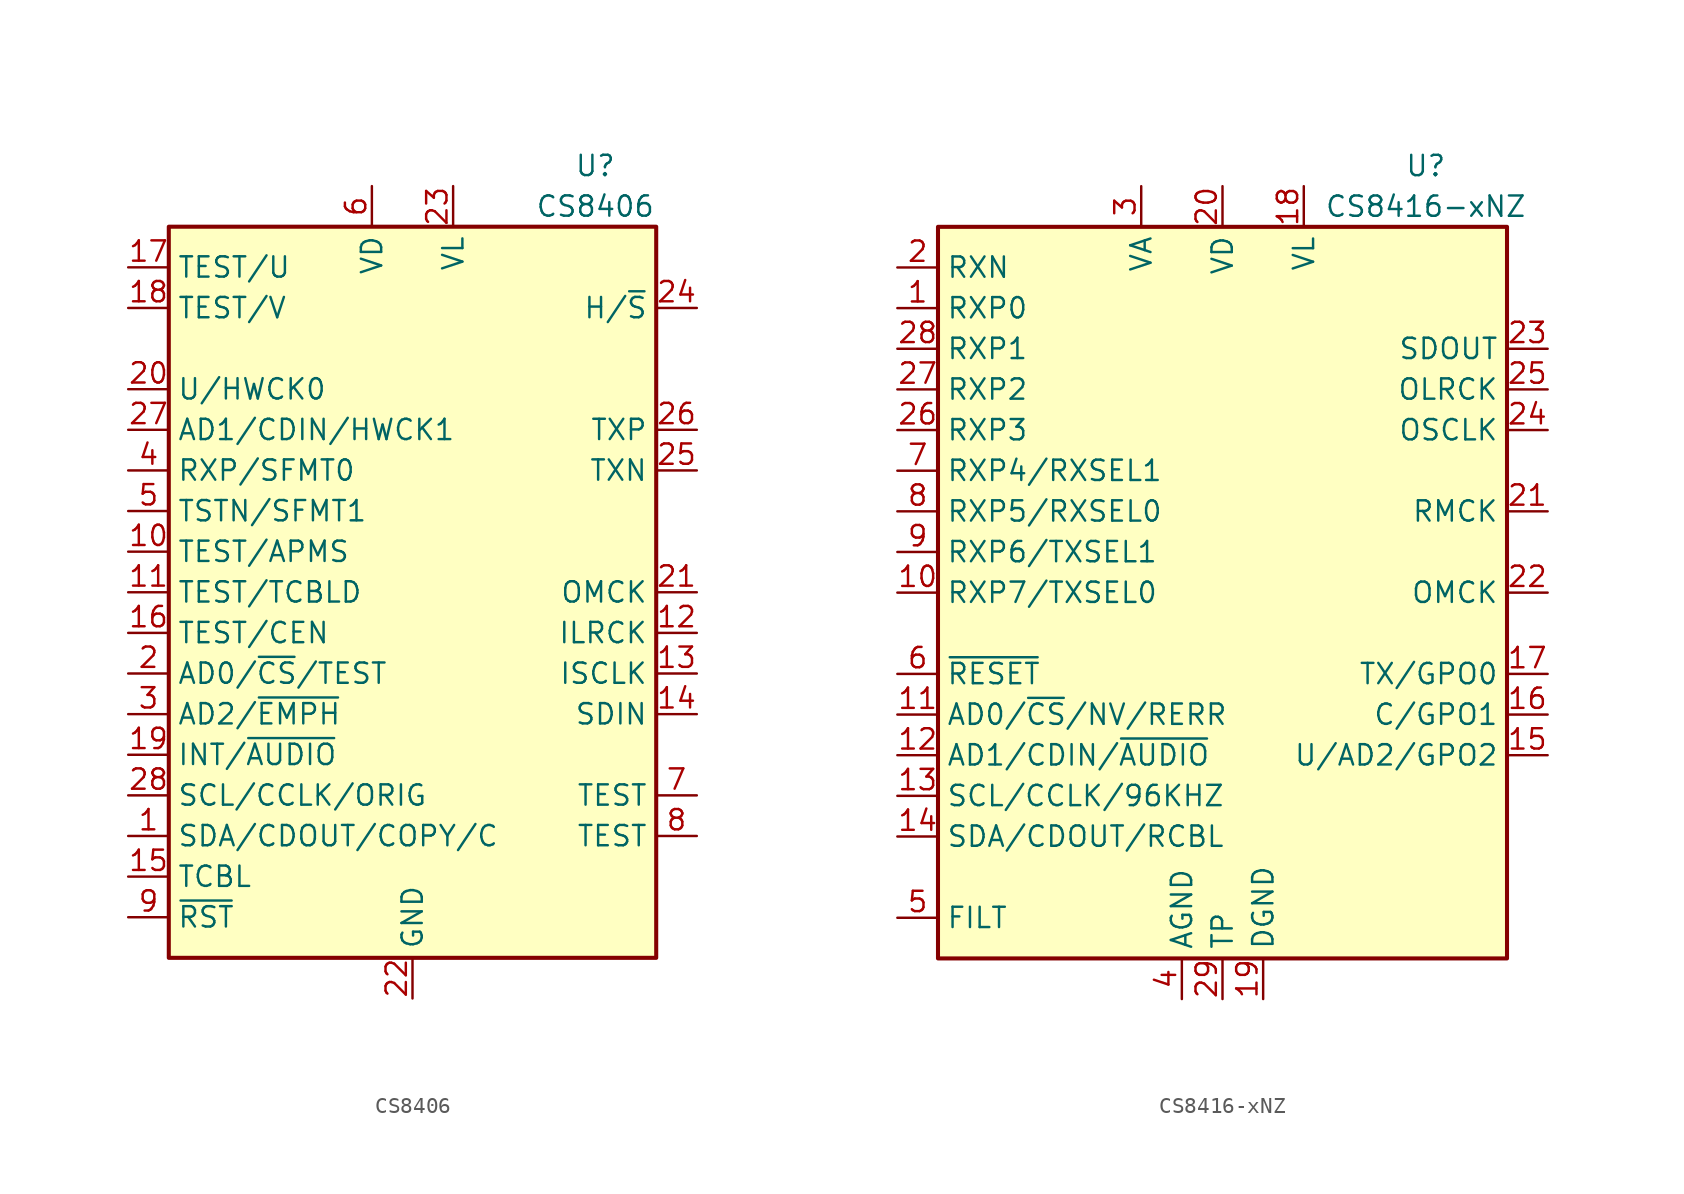
<source format=kicad_sym>
(kicad_symbol_lib
  (version 20201005)
  (generator kicad_symbol_editor)
  (symbol "CS8406"
    (property "Reference" "U"
      (at 11.43 26.67 0)
      (effects (font (size 1.27 1.27))))
    (property "Value" "CS8406"
      (at 11.43 24.13 0)
      (effects (font (size 1.27 1.27))))
    (symbol "CS8406_0_0"
      (rectangle (start -15.24 22.86) (end 15.24 -22.86) (stroke (width 0.254)) (fill (type background))))
    (symbol "CS8406_1_0"
      (pin bidirectional line (at 17.78 -2.54 180) (length 2.54) (name "ILRCK" (effects (font (size 1.27 1.27)))) (number "12" (effects (font (size 1.27 1.27)))))
      (pin bidirectional line (at 17.78 -5.08 180) (length 2.54) (name "ISCLK" (effects (font (size 1.27 1.27)))) (number "13" (effects (font (size 1.27 1.27)))))
      (pin input line (at 17.78 -7.62 180) (length 2.54) (name "SDIN" (effects (font (size 1.27 1.27)))) (number "14" (effects (font (size 1.27 1.27)))))
      (pin input line (at 17.78 0 180) (length 2.54) (name "OMCK" (effects (font (size 1.27 1.27)))) (number "21" (effects (font (size 1.27 1.27)))))
      (pin power_in line (at 0 -25.4 90) (length 2.54) (name "GND" (effects (font (size 1.27 1.27)))) (number "22" (effects (font (size 1.27 1.27)))))
      (pin power_in line (at 2.54 25.4 270) (length 2.54) (name "VL" (effects (font (size 1.27 1.27)))) (number "23" (effects (font (size 1.27 1.27)))))
      (pin input line (at 17.78 17.78 180) (length 2.54) (name "H/~S" (effects (font (size 1.27 1.27)))) (number "24" (effects (font (size 1.27 1.27)))))
      (pin output line (at 17.78 7.62 180) (length 2.54) (name "TXN" (effects (font (size 1.27 1.27)))) (number "25" (effects (font (size 1.27 1.27)))))
      (pin output line (at 17.78 10.16 180) (length 2.54) (name "TXP" (effects (font (size 1.27 1.27)))) (number "26" (effects (font (size 1.27 1.27)))))
      (pin power_in line (at -2.54 25.4 270) (length 2.54) (name "VD" (effects (font (size 1.27 1.27)))) (number "6" (effects (font (size 1.27 1.27)))))
      (pin input line (at -17.78 -20.32 0) (length 2.54) (name "~RST" (effects (font (size 1.27 1.27)))) (number "9" (effects (font (size 1.27 1.27))))))
    (symbol "CS8406_1_1"
      (pin bidirectional line (at -17.78 -15.24 0) (length 2.54) (name "SDA/CDOUT/COPY/C" (effects (font (size 1.27 1.27)))) (number "1" (effects (font (size 1.27 1.27)))))
      (pin input line (at -17.78 2.54 0) (length 2.54) (name "TEST/APMS" (effects (font (size 1.27 1.27)))) (number "10" (effects (font (size 1.27 1.27)))))
      (pin input line (at -17.78 0 0) (length 2.54) (name "TEST/TCBLD" (effects (font (size 1.27 1.27)))) (number "11" (effects (font (size 1.27 1.27)))))
      (pin bidirectional line (at -17.78 -17.78 0) (length 2.54) (name "TCBL" (effects (font (size 1.27 1.27)))) (number "15" (effects (font (size 1.27 1.27)))))
      (pin input line (at -17.78 -2.54 0) (length 2.54) (name "TEST/CEN" (effects (font (size 1.27 1.27)))) (number "16" (effects (font (size 1.27 1.27)))))
      (pin input line (at -17.78 20.32 0) (length 2.54) (name "TEST/U" (effects (font (size 1.27 1.27)))) (number "17" (effects (font (size 1.27 1.27)))))
      (pin input line (at -17.78 17.78 0) (length 2.54) (name "TEST/V" (effects (font (size 1.27 1.27)))) (number "18" (effects (font (size 1.27 1.27)))))
      (pin bidirectional line (at -17.78 -10.16 0) (length 2.54) (name "INT/~AUDIO" (effects (font (size 1.27 1.27)))) (number "19" (effects (font (size 1.27 1.27)))))
      (pin input line (at -17.78 -5.08 0) (length 2.54) (name "AD0/~CS~/TEST" (effects (font (size 1.27 1.27)))) (number "2" (effects (font (size 1.27 1.27)))))
      (pin input line (at -17.78 12.7 0) (length 2.54) (name "U/HWCK0" (effects (font (size 1.27 1.27)))) (number "20" (effects (font (size 1.27 1.27)))))
      (pin input line (at -17.78 10.16 0) (length 2.54) (name "AD1/CDIN/HWCK1" (effects (font (size 1.27 1.27)))) (number "27" (effects (font (size 1.27 1.27)))))
      (pin input line (at -17.78 -12.7 0) (length 2.54) (name "SCL/CCLK/ORIG" (effects (font (size 1.27 1.27)))) (number "28" (effects (font (size 1.27 1.27)))))
      (pin input line (at -17.78 -7.62 0) (length 2.54) (name "AD2/~EMPH" (effects (font (size 1.27 1.27)))) (number "3" (effects (font (size 1.27 1.27)))))
      (pin input line (at -17.78 7.62 0) (length 2.54) (name "RXP/SFMT0" (effects (font (size 1.27 1.27)))) (number "4" (effects (font (size 1.27 1.27)))))
      (pin input line (at -17.78 5.08 0) (length 2.54) (name "TSTN/SFMT1" (effects (font (size 1.27 1.27)))) (number "5" (effects (font (size 1.27 1.27)))))
      (pin input line (at 17.78 -12.7 180) (length 2.54) (name "TEST" (effects (font (size 1.27 1.27)))) (number "7" (effects (font (size 1.27 1.27)))))
      (pin input line (at 17.78 -15.24 180) (length 2.54) (name "TEST" (effects (font (size 1.27 1.27)))) (number "8" (effects (font (size 1.27 1.27)))))))
  (symbol "CS8416-xNZ"
    (property "Reference" "U"
      (at 12.7 26.67 0)
      (effects (font (size 1.27 1.27))))
    (property "Value" "CS8416-xNZ"
      (at 12.7 24.13 0)
      (effects (font (size 1.27 1.27))))
    (symbol "CS8416-xNZ_0_1"
      (rectangle (start -17.78 22.86) (end 17.78 -22.86) (stroke (width 0.254)) (fill (type background))))
    (symbol "CS8416-xNZ_1_1"
      (pin input line (at -20.32 17.78 0) (length 2.54) (name "RXP0" (effects (font (size 1.27 1.27)))) (number "1" (effects (font (size 1.27 1.27)))))
      (pin input line (at -20.32 0 0) (length 2.54) (name "RXP7/TXSEL0" (effects (font (size 1.27 1.27)))) (number "10" (effects (font (size 1.27 1.27)))))
      (pin input line (at -20.32 -7.62 0) (length 2.54) (name "AD0/~CS~/NV/RERR" (effects (font (size 1.27 1.27)))) (number "11" (effects (font (size 1.27 1.27)))))
      (pin input line (at -20.32 -10.16 0) (length 2.54) (name "AD1/CDIN/~AUDIO" (effects (font (size 1.27 1.27)))) (number "12" (effects (font (size 1.27 1.27)))))
      (pin input line (at -20.32 -12.7 0) (length 2.54) (name "SCL/CCLK/96KHZ" (effects (font (size 1.27 1.27)))) (number "13" (effects (font (size 1.27 1.27)))))
      (pin bidirectional line (at -20.32 -15.24 0) (length 2.54) (name "SDA/CDOUT/RCBL" (effects (font (size 1.27 1.27)))) (number "14" (effects (font (size 1.27 1.27)))))
      (pin output line (at 20.32 -10.16 180) (length 2.54) (name "U/AD2/GPO2" (effects (font (size 1.27 1.27)))) (number "15" (effects (font (size 1.27 1.27)))))
      (pin output line (at 20.32 -7.62 180) (length 2.54) (name "C/GPO1" (effects (font (size 1.27 1.27)))) (number "16" (effects (font (size 1.27 1.27)))))
      (pin output line (at 20.32 -5.08 180) (length 2.54) (name "TX/GPO0" (effects (font (size 1.27 1.27)))) (number "17" (effects (font (size 1.27 1.27)))))
      (pin power_in line (at 5.08 25.4 270) (length 2.54) (name "VL" (effects (font (size 1.27 1.27)))) (number "18" (effects (font (size 1.27 1.27)))))
      (pin power_in line (at 2.54 -25.4 90) (length 2.54) (name "DGND" (effects (font (size 1.27 1.27)))) (number "19" (effects (font (size 1.27 1.27)))))
      (pin input line (at -20.32 20.32 0) (length 2.54) (name "RXN" (effects (font (size 1.27 1.27)))) (number "2" (effects (font (size 1.27 1.27)))))
      (pin power_in line (at 0 25.4 270) (length 2.54) (name "VD" (effects (font (size 1.27 1.27)))) (number "20" (effects (font (size 1.27 1.27)))))
      (pin output line (at 20.32 5.08 180) (length 2.54) (name "RMCK" (effects (font (size 1.27 1.27)))) (number "21" (effects (font (size 1.27 1.27)))))
      (pin input line (at 20.32 0 180) (length 2.54) (name "OMCK" (effects (font (size 1.27 1.27)))) (number "22" (effects (font (size 1.27 1.27)))))
      (pin output line (at 20.32 15.24 180) (length 2.54) (name "SDOUT" (effects (font (size 1.27 1.27)))) (number "23" (effects (font (size 1.27 1.27)))))
      (pin bidirectional line (at 20.32 10.16 180) (length 2.54) (name "OSCLK" (effects (font (size 1.27 1.27)))) (number "24" (effects (font (size 1.27 1.27)))))
      (pin bidirectional line (at 20.32 12.7 180) (length 2.54) (name "OLRCK" (effects (font (size 1.27 1.27)))) (number "25" (effects (font (size 1.27 1.27)))))
      (pin input line (at -20.32 10.16 0) (length 2.54) (name "RXP3" (effects (font (size 1.27 1.27)))) (number "26" (effects (font (size 1.27 1.27)))))
      (pin input line (at -20.32 12.7 0) (length 2.54) (name "RXP2" (effects (font (size 1.27 1.27)))) (number "27" (effects (font (size 1.27 1.27)))))
      (pin input line (at -20.32 15.24 0) (length 2.54) (name "RXP1" (effects (font (size 1.27 1.27)))) (number "28" (effects (font (size 1.27 1.27)))))
      (pin power_in line (at 0 -25.4 90) (length 2.54) (name "TP" (effects (font (size 1.27 1.27)))) (number "29" (effects (font (size 1.27 1.27)))))
      (pin power_in line (at -5.08 25.4 270) (length 2.54) (name "VA" (effects (font (size 1.27 1.27)))) (number "3" (effects (font (size 1.27 1.27)))))
      (pin power_in line (at -2.54 -25.4 90) (length 2.54) (name "AGND" (effects (font (size 1.27 1.27)))) (number "4" (effects (font (size 1.27 1.27)))))
      (pin passive line (at -20.32 -20.32 0) (length 2.54) (name "FILT" (effects (font (size 1.27 1.27)))) (number "5" (effects (font (size 1.27 1.27)))))
      (pin input line (at -20.32 -5.08 0) (length 2.54) (name "~RESET" (effects (font (size 1.27 1.27)))) (number "6" (effects (font (size 1.27 1.27)))))
      (pin input line (at -20.32 7.62 0) (length 2.54) (name "RXP4/RXSEL1" (effects (font (size 1.27 1.27)))) (number "7" (effects (font (size 1.27 1.27)))))
      (pin input line (at -20.32 5.08 0) (length 2.54) (name "RXP5/RXSEL0" (effects (font (size 1.27 1.27)))) (number "8" (effects (font (size 1.27 1.27)))))
      (pin input line (at -20.32 2.54 0) (length 2.54) (name "RXP6/TXSEL1" (effects (font (size 1.27 1.27)))) (number "9" (effects (font (size 1.27 1.27))))))))
</source>
